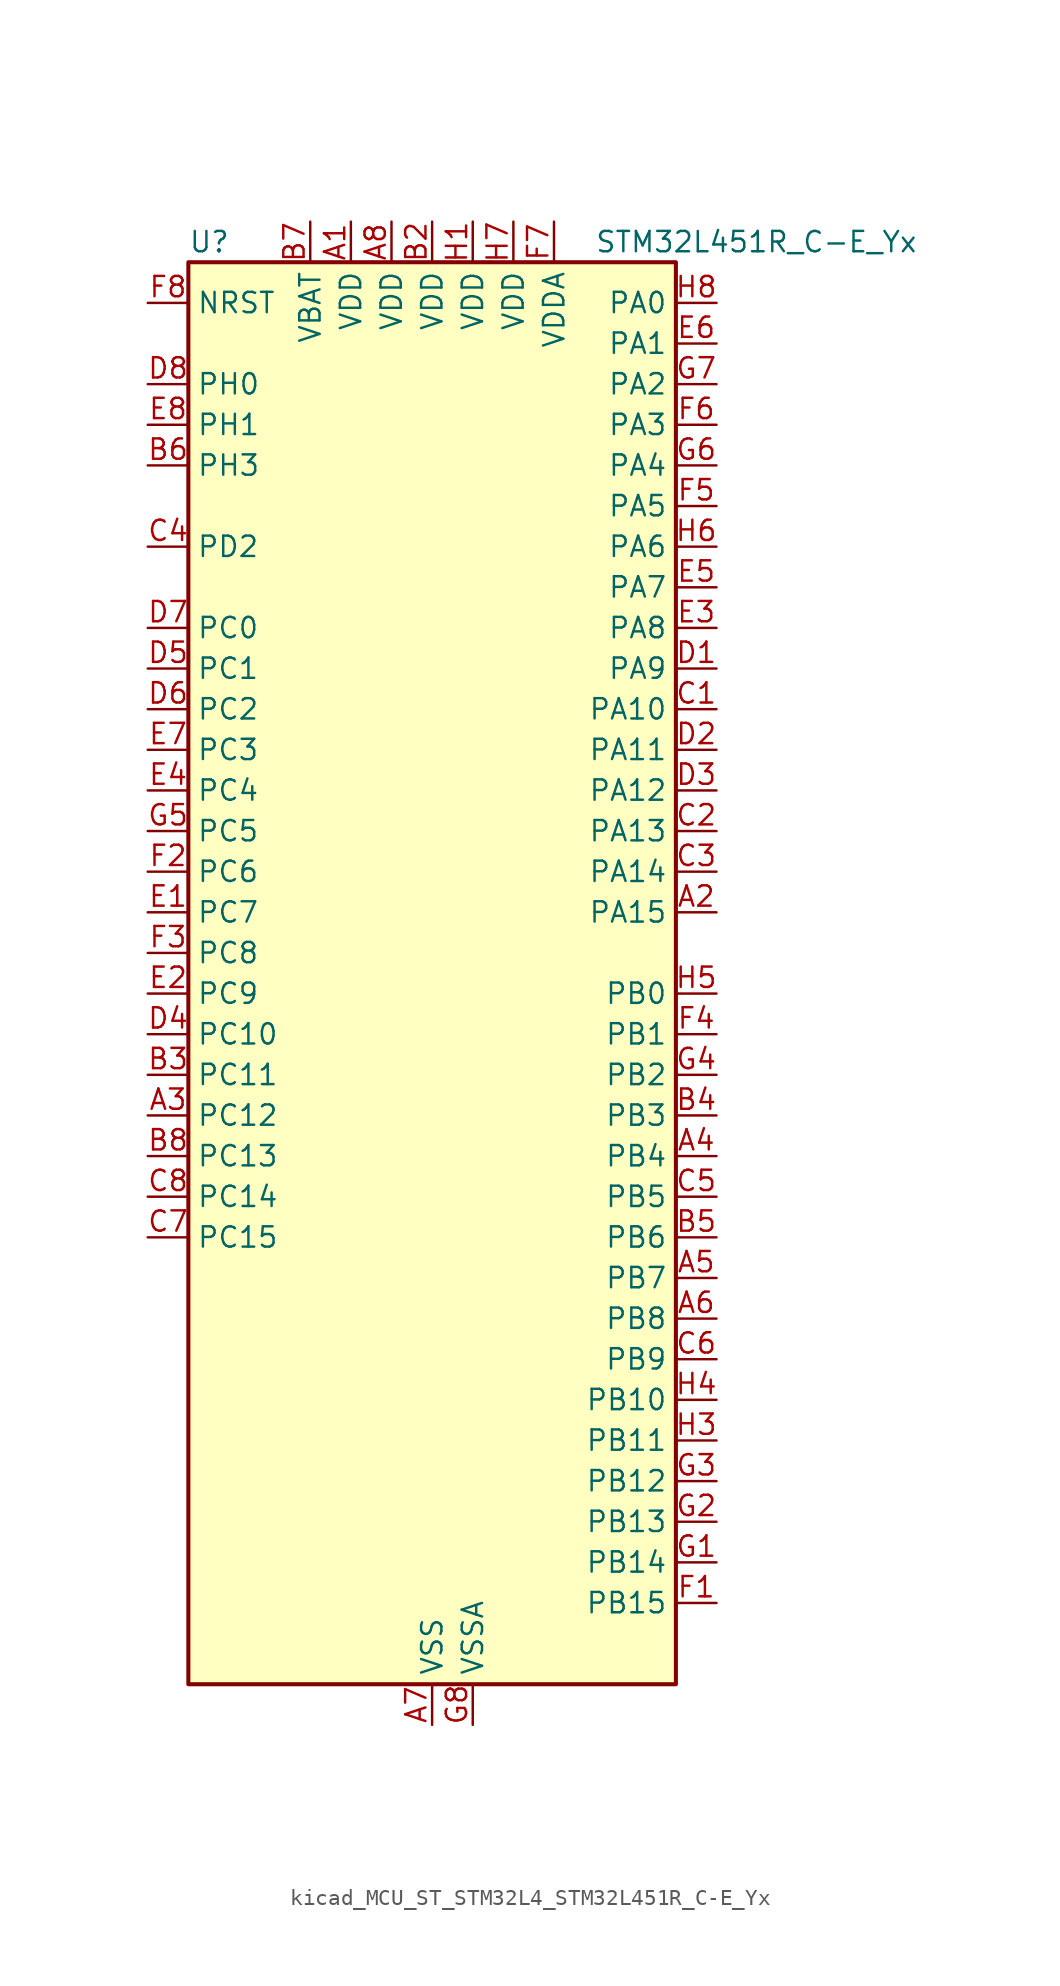
<source format=kicad_sym>
(kicad_symbol_lib
  (version 20220914)
  (generator kicad_symbol_editor)
  (symbol "kicad_MCU_ST_STM32L4_STM32L451R_C-E_Yx"
    (property "Reference" "U"
      (at -15.24 46.99 0)
      (effects (font (size 1.27 1.27)) (justify left)))
    (property "Value" "STM32L451R_C-E_Yx"
      (at 10.16 46.99 0)
      (effects (font (size 1.27 1.27)) (justify left)))
    (property "ki_locked" ""
      (at 0 0 0)
      (effects (font (size 1.27 1.27))))
    (symbol "kicad_MCU_ST_STM32L4_STM32L451R_C-E_Yx_0_1"
      (rectangle (start -15.24 -43.18) (end 15.24 45.72) (stroke (width 0.254) (type default)) (fill (type background))))
    (symbol "kicad_MCU_ST_STM32L4_STM32L451R_C-E_Yx_1_1"
      (pin power_in line (at -5.08 48.26 270) (length 2.54) (name "VDD" (effects (font (size 1.27 1.27)))) (number "A1" (effects (font (size 1.27 1.27)))))
      (pin bidirectional line (at 17.78 5.08 180) (length 2.54) (name "PA15" (effects (font (size 1.27 1.27)))) (number "A2" (effects (font (size 1.27 1.27)))) (alternate "ADC1_EXTI15" bidirectional line) (alternate "SPI1_NSS" bidirectional line) (alternate "SPI3_NSS" bidirectional line) (alternate "SYS_JTDI" bidirectional line) (alternate "TIM2_CH1" bidirectional line) (alternate "TIM2_ETR" bidirectional line) (alternate "TSC_G3_IO1" bidirectional line) (alternate "UART4_DE" bidirectional line) (alternate "UART4_RTS" bidirectional line) (alternate "USART2_RX" bidirectional line) (alternate "USART3_DE" bidirectional line) (alternate "USART3_RTS" bidirectional line))
      (pin bidirectional line (at -17.78 -7.62 0) (length 2.54) (name "PC12" (effects (font (size 1.27 1.27)))) (number "A3" (effects (font (size 1.27 1.27)))) (alternate "SDMMC1_CK" bidirectional line) (alternate "SPI3_MOSI" bidirectional line) (alternate "SYS_TRACED3" bidirectional line) (alternate "TSC_G3_IO4" bidirectional line) (alternate "USART3_CK" bidirectional line))
      (pin bidirectional line (at 17.78 -10.16 180) (length 2.54) (name "PB4" (effects (font (size 1.27 1.27)))) (number "A4" (effects (font (size 1.27 1.27)))) (alternate "COMP2_INP" bidirectional line) (alternate "I2C3_SDA" bidirectional line) (alternate "SAI1_MCLK_B" bidirectional line) (alternate "SPI1_MISO" bidirectional line) (alternate "SPI3_MISO" bidirectional line) (alternate "SYS_JTRST" bidirectional line) (alternate "TIM3_CH1" bidirectional line) (alternate "TSC_G2_IO1" bidirectional line) (alternate "USART1_CTS" bidirectional line))
      (pin bidirectional line (at 17.78 -17.78 180) (length 2.54) (name "PB7" (effects (font (size 1.27 1.27)))) (number "A5" (effects (font (size 1.27 1.27)))) (alternate "COMP2_INM" bidirectional line) (alternate "I2C1_SDA" bidirectional line) (alternate "I2C4_SDA" bidirectional line) (alternate "LPTIM1_IN2" bidirectional line) (alternate "SYS_PVD_IN" bidirectional line) (alternate "TSC_G2_IO4" bidirectional line) (alternate "UART4_CTS" bidirectional line) (alternate "USART1_RX" bidirectional line))
      (pin bidirectional line (at 17.78 -20.32 180) (length 2.54) (name "PB8" (effects (font (size 1.27 1.27)))) (number "A6" (effects (font (size 1.27 1.27)))) (alternate "CAN1_RX" bidirectional line) (alternate "I2C1_SCL" bidirectional line) (alternate "SAI1_MCLK_A" bidirectional line) (alternate "SDMMC1_D4" bidirectional line) (alternate "TIM16_CH1" bidirectional line))
      (pin power_in line (at 0 -45.72 90) (length 2.54) (name "VSS" (effects (font (size 1.27 1.27)))) (number "A7" (effects (font (size 1.27 1.27)))))
      (pin power_in line (at -2.54 48.26 270) (length 2.54) (name "VDD" (effects (font (size 1.27 1.27)))) (number "A8" (effects (font (size 1.27 1.27)))))
      (pin passive line (at 0 -45.72 90) (length 2.54) hide (name "VSS" (effects (font (size 1.27 1.27)))) (number "B1" (effects (font (size 1.27 1.27)))))
      (pin power_in line (at 0 48.26 270) (length 2.54) (name "VDD" (effects (font (size 1.27 1.27)))) (number "B2" (effects (font (size 1.27 1.27)))))
      (pin bidirectional line (at -17.78 -5.08 0) (length 2.54) (name "PC11" (effects (font (size 1.27 1.27)))) (number "B3" (effects (font (size 1.27 1.27)))) (alternate "ADC1_EXTI11" bidirectional line) (alternate "SDMMC1_D3" bidirectional line) (alternate "SPI3_MISO" bidirectional line) (alternate "TSC_G3_IO3" bidirectional line) (alternate "UART4_RX" bidirectional line) (alternate "USART3_RX" bidirectional line))
      (pin bidirectional line (at 17.78 -7.62 180) (length 2.54) (name "PB3" (effects (font (size 1.27 1.27)))) (number "B4" (effects (font (size 1.27 1.27)))) (alternate "COMP2_INM" bidirectional line) (alternate "SAI1_SCK_B" bidirectional line) (alternate "SPI1_SCK" bidirectional line) (alternate "SPI3_SCK" bidirectional line) (alternate "SYS_JTDO-SWO" bidirectional line) (alternate "TIM2_CH2" bidirectional line) (alternate "USART1_DE" bidirectional line) (alternate "USART1_RTS" bidirectional line))
      (pin bidirectional line (at 17.78 -15.24 180) (length 2.54) (name "PB6" (effects (font (size 1.27 1.27)))) (number "B5" (effects (font (size 1.27 1.27)))) (alternate "CAN1_TX" bidirectional line) (alternate "COMP2_INP" bidirectional line) (alternate "I2C1_SCL" bidirectional line) (alternate "I2C4_SCL" bidirectional line) (alternate "LPTIM1_ETR" bidirectional line) (alternate "SAI1_FS_B" bidirectional line) (alternate "TIM16_CH1N" bidirectional line) (alternate "TSC_G2_IO3" bidirectional line) (alternate "USART1_TX" bidirectional line))
      (pin bidirectional line (at -17.78 33.02 0) (length 2.54) (name "PH3" (effects (font (size 1.27 1.27)))) (number "B6" (effects (font (size 1.27 1.27)))))
      (pin power_in line (at -7.62 48.26 270) (length 2.54) (name "VBAT" (effects (font (size 1.27 1.27)))) (number "B7" (effects (font (size 1.27 1.27)))))
      (pin bidirectional line (at -17.78 -10.16 0) (length 2.54) (name "PC13" (effects (font (size 1.27 1.27)))) (number "B8" (effects (font (size 1.27 1.27)))) (alternate "RTC_OUT_ALARM" bidirectional line) (alternate "RTC_OUT_CALIB" bidirectional line) (alternate "RTC_TAMP1" bidirectional line) (alternate "RTC_TS" bidirectional line) (alternate "SYS_WKUP2" bidirectional line))
      (pin bidirectional line (at 17.78 17.78 180) (length 2.54) (name "PA10" (effects (font (size 1.27 1.27)))) (number "C1" (effects (font (size 1.27 1.27)))) (alternate "I2C1_SDA" bidirectional line) (alternate "SAI1_SD_A" bidirectional line) (alternate "TIM1_CH3" bidirectional line) (alternate "USART1_RX" bidirectional line))
      (pin bidirectional line (at 17.78 10.16 180) (length 2.54) (name "PA13" (effects (font (size 1.27 1.27)))) (number "C2" (effects (font (size 1.27 1.27)))) (alternate "IR_OUT" bidirectional line) (alternate "SAI1_SD_B" bidirectional line) (alternate "SYS_JTMS-SWDIO" bidirectional line))
      (pin bidirectional line (at 17.78 7.62 180) (length 2.54) (name "PA14" (effects (font (size 1.27 1.27)))) (number "C3" (effects (font (size 1.27 1.27)))) (alternate "I2C1_SMBA" bidirectional line) (alternate "I2C4_SMBA" bidirectional line) (alternate "LPTIM1_OUT" bidirectional line) (alternate "SAI1_FS_B" bidirectional line) (alternate "SYS_JTCK-SWCLK" bidirectional line))
      (pin bidirectional line (at -17.78 27.94 0) (length 2.54) (name "PD2" (effects (font (size 1.27 1.27)))) (number "C4" (effects (font (size 1.27 1.27)))) (alternate "SDMMC1_CMD" bidirectional line) (alternate "SYS_TRACED2" bidirectional line) (alternate "TIM3_ETR" bidirectional line) (alternate "TSC_SYNC" bidirectional line) (alternate "USART3_DE" bidirectional line) (alternate "USART3_RTS" bidirectional line))
      (pin bidirectional line (at 17.78 -12.7 180) (length 2.54) (name "PB5" (effects (font (size 1.27 1.27)))) (number "C5" (effects (font (size 1.27 1.27)))) (alternate "CAN1_RX" bidirectional line) (alternate "COMP2_OUT" bidirectional line) (alternate "I2C1_SMBA" bidirectional line) (alternate "LPTIM1_IN1" bidirectional line) (alternate "SAI1_SD_B" bidirectional line) (alternate "SPI1_MOSI" bidirectional line) (alternate "SPI3_MOSI" bidirectional line) (alternate "TIM16_BKIN" bidirectional line) (alternate "TIM3_CH2" bidirectional line) (alternate "TSC_G2_IO2" bidirectional line) (alternate "USART1_CK" bidirectional line))
      (pin bidirectional line (at 17.78 -22.86 180) (length 2.54) (name "PB9" (effects (font (size 1.27 1.27)))) (number "C6" (effects (font (size 1.27 1.27)))) (alternate "CAN1_TX" bidirectional line) (alternate "DAC1_EXTI9" bidirectional line) (alternate "I2C1_SDA" bidirectional line) (alternate "IR_OUT" bidirectional line) (alternate "SAI1_FS_A" bidirectional line) (alternate "SDMMC1_D5" bidirectional line) (alternate "SPI2_NSS" bidirectional line))
      (pin bidirectional line (at -17.78 -15.24 0) (length 2.54) (name "PC15" (effects (font (size 1.27 1.27)))) (number "C7" (effects (font (size 1.27 1.27)))) (alternate "ADC1_EXTI15" bidirectional line) (alternate "RCC_OSC32_OUT" bidirectional line))
      (pin bidirectional line (at -17.78 -12.7 0) (length 2.54) (name "PC14" (effects (font (size 1.27 1.27)))) (number "C8" (effects (font (size 1.27 1.27)))) (alternate "RCC_OSC32_IN" bidirectional line))
      (pin bidirectional line (at 17.78 20.32 180) (length 2.54) (name "PA9" (effects (font (size 1.27 1.27)))) (number "D1" (effects (font (size 1.27 1.27)))) (alternate "DAC1_EXTI9" bidirectional line) (alternate "DFSDM1_DATIN1" bidirectional line) (alternate "I2C1_SCL" bidirectional line) (alternate "SAI1_FS_A" bidirectional line) (alternate "TIM15_BKIN" bidirectional line) (alternate "TIM1_CH2" bidirectional line) (alternate "USART1_TX" bidirectional line))
      (pin bidirectional line (at 17.78 15.24 180) (length 2.54) (name "PA11" (effects (font (size 1.27 1.27)))) (number "D2" (effects (font (size 1.27 1.27)))) (alternate "ADC1_EXTI11" bidirectional line) (alternate "CAN1_RX" bidirectional line) (alternate "COMP1_OUT" bidirectional line) (alternate "SPI1_MISO" bidirectional line) (alternate "TIM1_BKIN2" bidirectional line) (alternate "TIM1_BKIN2_COMP1" bidirectional line) (alternate "TIM1_CH4" bidirectional line) (alternate "USART1_CTS" bidirectional line))
      (pin bidirectional line (at 17.78 12.7 180) (length 2.54) (name "PA12" (effects (font (size 1.27 1.27)))) (number "D3" (effects (font (size 1.27 1.27)))) (alternate "CAN1_TX" bidirectional line) (alternate "SPI1_MOSI" bidirectional line) (alternate "TIM1_ETR" bidirectional line) (alternate "USART1_DE" bidirectional line) (alternate "USART1_RTS" bidirectional line))
      (pin bidirectional line (at -17.78 -2.54 0) (length 2.54) (name "PC10" (effects (font (size 1.27 1.27)))) (number "D4" (effects (font (size 1.27 1.27)))) (alternate "SDMMC1_D2" bidirectional line) (alternate "SPI3_SCK" bidirectional line) (alternate "SYS_TRACED1" bidirectional line) (alternate "TSC_G3_IO2" bidirectional line) (alternate "UART4_TX" bidirectional line) (alternate "USART3_TX" bidirectional line))
      (pin bidirectional line (at -17.78 20.32 0) (length 2.54) (name "PC1" (effects (font (size 1.27 1.27)))) (number "D5" (effects (font (size 1.27 1.27)))) (alternate "ADC1_IN2" bidirectional line) (alternate "I2C3_SDA" bidirectional line) (alternate "I2C4_SDA" bidirectional line) (alternate "LPTIM1_OUT" bidirectional line) (alternate "LPUART1_TX" bidirectional line) (alternate "SYS_TRACED0" bidirectional line))
      (pin bidirectional line (at -17.78 17.78 0) (length 2.54) (name "PC2" (effects (font (size 1.27 1.27)))) (number "D6" (effects (font (size 1.27 1.27)))) (alternate "ADC1_IN3" bidirectional line) (alternate "DFSDM1_CKOUT" bidirectional line) (alternate "LPTIM1_IN2" bidirectional line) (alternate "SPI2_MISO" bidirectional line))
      (pin bidirectional line (at -17.78 22.86 0) (length 2.54) (name "PC0" (effects (font (size 1.27 1.27)))) (number "D7" (effects (font (size 1.27 1.27)))) (alternate "ADC1_IN1" bidirectional line) (alternate "I2C3_SCL" bidirectional line) (alternate "I2C4_SCL" bidirectional line) (alternate "LPTIM1_IN1" bidirectional line) (alternate "LPTIM2_IN1" bidirectional line) (alternate "LPUART1_RX" bidirectional line))
      (pin bidirectional line (at -17.78 38.1 0) (length 2.54) (name "PH0" (effects (font (size 1.27 1.27)))) (number "D8" (effects (font (size 1.27 1.27)))) (alternate "RCC_OSC_IN" bidirectional line))
      (pin bidirectional line (at -17.78 5.08 0) (length 2.54) (name "PC7" (effects (font (size 1.27 1.27)))) (number "E1" (effects (font (size 1.27 1.27)))) (alternate "DFSDM1_DATIN3" bidirectional line) (alternate "SDMMC1_D7" bidirectional line) (alternate "TIM3_CH2" bidirectional line) (alternate "TSC_G4_IO2" bidirectional line))
      (pin bidirectional line (at -17.78 0 0) (length 2.54) (name "PC9" (effects (font (size 1.27 1.27)))) (number "E2" (effects (font (size 1.27 1.27)))) (alternate "DAC1_EXTI9" bidirectional line) (alternate "SDMMC1_D1" bidirectional line) (alternate "TIM3_CH4" bidirectional line) (alternate "TSC_G4_IO4" bidirectional line))
      (pin bidirectional line (at 17.78 22.86 180) (length 2.54) (name "PA8" (effects (font (size 1.27 1.27)))) (number "E3" (effects (font (size 1.27 1.27)))) (alternate "DFSDM1_CKIN1" bidirectional line) (alternate "LPTIM2_OUT" bidirectional line) (alternate "RCC_MCO" bidirectional line) (alternate "SAI1_SCK_A" bidirectional line) (alternate "TIM1_CH1" bidirectional line) (alternate "USART1_CK" bidirectional line))
      (pin bidirectional line (at -17.78 12.7 0) (length 2.54) (name "PC4" (effects (font (size 1.27 1.27)))) (number "E4" (effects (font (size 1.27 1.27)))) (alternate "ADC1_IN13" bidirectional line) (alternate "COMP1_INM" bidirectional line) (alternate "USART3_TX" bidirectional line))
      (pin bidirectional line (at 17.78 25.4 180) (length 2.54) (name "PA7" (effects (font (size 1.27 1.27)))) (number "E5" (effects (font (size 1.27 1.27)))) (alternate "ADC1_IN12" bidirectional line) (alternate "COMP2_OUT" bidirectional line) (alternate "DFSDM1_DATIN0" bidirectional line) (alternate "I2C3_SCL" bidirectional line) (alternate "QUADSPI_BK1_IO2" bidirectional line) (alternate "SPI1_MOSI" bidirectional line) (alternate "TIM1_CH1N" bidirectional line) (alternate "TIM3_CH2" bidirectional line))
      (pin bidirectional line (at 17.78 40.64 180) (length 2.54) (name "PA1" (effects (font (size 1.27 1.27)))) (number "E6" (effects (font (size 1.27 1.27)))) (alternate "ADC1_IN6" bidirectional line) (alternate "COMP1_INP" bidirectional line) (alternate "I2C1_SMBA" bidirectional line) (alternate "OPAMP1_VINM" bidirectional line) (alternate "SPI1_SCK" bidirectional line) (alternate "TIM15_CH1N" bidirectional line) (alternate "TIM2_CH2" bidirectional line) (alternate "UART4_RX" bidirectional line) (alternate "USART2_DE" bidirectional line) (alternate "USART2_RTS" bidirectional line))
      (pin bidirectional line (at -17.78 15.24 0) (length 2.54) (name "PC3" (effects (font (size 1.27 1.27)))) (number "E7" (effects (font (size 1.27 1.27)))) (alternate "ADC1_IN4" bidirectional line) (alternate "LPTIM1_ETR" bidirectional line) (alternate "LPTIM2_ETR" bidirectional line) (alternate "SAI1_SD_A" bidirectional line) (alternate "SPI2_MOSI" bidirectional line))
      (pin bidirectional line (at -17.78 35.56 0) (length 2.54) (name "PH1" (effects (font (size 1.27 1.27)))) (number "E8" (effects (font (size 1.27 1.27)))) (alternate "RCC_OSC_OUT" bidirectional line))
      (pin bidirectional line (at 17.78 -38.1 180) (length 2.54) (name "PB15" (effects (font (size 1.27 1.27)))) (number "F1" (effects (font (size 1.27 1.27)))) (alternate "ADC1_EXTI15" bidirectional line) (alternate "DFSDM1_CKIN2" bidirectional line) (alternate "RTC_REFIN" bidirectional line) (alternate "SAI1_SD_A" bidirectional line) (alternate "SPI2_MOSI" bidirectional line) (alternate "TIM15_CH2" bidirectional line) (alternate "TIM1_CH3N" bidirectional line) (alternate "TSC_G1_IO4" bidirectional line))
      (pin bidirectional line (at -17.78 7.62 0) (length 2.54) (name "PC6" (effects (font (size 1.27 1.27)))) (number "F2" (effects (font (size 1.27 1.27)))) (alternate "DFSDM1_CKIN3" bidirectional line) (alternate "SDMMC1_D6" bidirectional line) (alternate "TIM3_CH1" bidirectional line) (alternate "TSC_G4_IO1" bidirectional line))
      (pin bidirectional line (at -17.78 2.54 0) (length 2.54) (name "PC8" (effects (font (size 1.27 1.27)))) (number "F3" (effects (font (size 1.27 1.27)))) (alternate "SDMMC1_D0" bidirectional line) (alternate "TIM3_CH3" bidirectional line) (alternate "TSC_G4_IO3" bidirectional line))
      (pin bidirectional line (at 17.78 -2.54 180) (length 2.54) (name "PB1" (effects (font (size 1.27 1.27)))) (number "F4" (effects (font (size 1.27 1.27)))) (alternate "ADC1_IN16" bidirectional line) (alternate "COMP1_INM" bidirectional line) (alternate "DFSDM1_DATIN0" bidirectional line) (alternate "LPTIM2_IN1" bidirectional line) (alternate "LPUART1_DE" bidirectional line) (alternate "LPUART1_RTS" bidirectional line) (alternate "QUADSPI_BK1_IO0" bidirectional line) (alternate "TIM1_CH3N" bidirectional line) (alternate "TIM3_CH4" bidirectional line) (alternate "USART3_DE" bidirectional line) (alternate "USART3_RTS" bidirectional line))
      (pin bidirectional line (at 17.78 30.48 180) (length 2.54) (name "PA5" (effects (font (size 1.27 1.27)))) (number "F5" (effects (font (size 1.27 1.27)))) (alternate "ADC1_IN10" bidirectional line) (alternate "COMP1_INM" bidirectional line) (alternate "COMP2_INM" bidirectional line) (alternate "DFSDM1_CKOUT" bidirectional line) (alternate "LPTIM2_ETR" bidirectional line) (alternate "SPI1_SCK" bidirectional line) (alternate "TIM2_CH1" bidirectional line) (alternate "TIM2_ETR" bidirectional line))
      (pin bidirectional line (at 17.78 35.56 180) (length 2.54) (name "PA3" (effects (font (size 1.27 1.27)))) (number "F6" (effects (font (size 1.27 1.27)))) (alternate "ADC1_IN8" bidirectional line) (alternate "COMP2_INP" bidirectional line) (alternate "LPUART1_RX" bidirectional line) (alternate "OPAMP1_VOUT" bidirectional line) (alternate "QUADSPI_CLK" bidirectional line) (alternate "SAI1_MCLK_A" bidirectional line) (alternate "TIM15_CH2" bidirectional line) (alternate "TIM2_CH4" bidirectional line) (alternate "USART2_RX" bidirectional line))
      (pin power_in line (at 7.62 48.26 270) (length 2.54) (name "VDDA" (effects (font (size 1.27 1.27)))) (number "F7" (effects (font (size 1.27 1.27)))))
      (pin input line (at -17.78 43.18 0) (length 2.54) (name "NRST" (effects (font (size 1.27 1.27)))) (number "F8" (effects (font (size 1.27 1.27)))))
      (pin bidirectional line (at 17.78 -35.56 180) (length 2.54) (name "PB14" (effects (font (size 1.27 1.27)))) (number "G1" (effects (font (size 1.27 1.27)))) (alternate "DFSDM1_DATIN2" bidirectional line) (alternate "I2C2_SDA" bidirectional line) (alternate "SAI1_MCLK_A" bidirectional line) (alternate "SPI2_MISO" bidirectional line) (alternate "TIM15_CH1" bidirectional line) (alternate "TIM1_CH2N" bidirectional line) (alternate "TSC_G1_IO3" bidirectional line) (alternate "USART3_DE" bidirectional line) (alternate "USART3_RTS" bidirectional line))
      (pin bidirectional line (at 17.78 -33.02 180) (length 2.54) (name "PB13" (effects (font (size 1.27 1.27)))) (number "G2" (effects (font (size 1.27 1.27)))) (alternate "CAN1_TX" bidirectional line) (alternate "DFSDM1_CKIN1" bidirectional line) (alternate "I2C2_SCL" bidirectional line) (alternate "LPUART1_CTS" bidirectional line) (alternate "SAI1_SCK_A" bidirectional line) (alternate "SPI2_SCK" bidirectional line) (alternate "TIM15_CH1N" bidirectional line) (alternate "TIM1_CH1N" bidirectional line) (alternate "TSC_G1_IO2" bidirectional line) (alternate "USART3_CTS" bidirectional line))
      (pin bidirectional line (at 17.78 -30.48 180) (length 2.54) (name "PB12" (effects (font (size 1.27 1.27)))) (number "G3" (effects (font (size 1.27 1.27)))) (alternate "CAN1_RX" bidirectional line) (alternate "DFSDM1_DATIN1" bidirectional line) (alternate "I2C2_SMBA" bidirectional line) (alternate "LPUART1_DE" bidirectional line) (alternate "LPUART1_RTS" bidirectional line) (alternate "SAI1_FS_A" bidirectional line) (alternate "SPI2_NSS" bidirectional line) (alternate "TIM15_BKIN" bidirectional line) (alternate "TIM1_BKIN" bidirectional line) (alternate "TIM1_BKIN_COMP2" bidirectional line) (alternate "TSC_G1_IO1" bidirectional line) (alternate "USART3_CK" bidirectional line))
      (pin bidirectional line (at 17.78 -5.08 180) (length 2.54) (name "PB2" (effects (font (size 1.27 1.27)))) (number "G4" (effects (font (size 1.27 1.27)))) (alternate "COMP1_INP" bidirectional line) (alternate "DFSDM1_CKIN0" bidirectional line) (alternate "I2C3_SMBA" bidirectional line) (alternate "LPTIM1_OUT" bidirectional line) (alternate "RTC_OUT_ALARM" bidirectional line) (alternate "RTC_OUT_CALIB" bidirectional line))
      (pin bidirectional line (at -17.78 10.16 0) (length 2.54) (name "PC5" (effects (font (size 1.27 1.27)))) (number "G5" (effects (font (size 1.27 1.27)))) (alternate "ADC1_IN14" bidirectional line) (alternate "COMP1_INP" bidirectional line) (alternate "SYS_WKUP5" bidirectional line) (alternate "USART3_RX" bidirectional line))
      (pin bidirectional line (at 17.78 33.02 180) (length 2.54) (name "PA4" (effects (font (size 1.27 1.27)))) (number "G6" (effects (font (size 1.27 1.27)))) (alternate "ADC1_IN9" bidirectional line) (alternate "COMP1_INM" bidirectional line) (alternate "COMP2_INM" bidirectional line) (alternate "DAC1_OUT1" bidirectional line) (alternate "LPTIM2_OUT" bidirectional line) (alternate "SAI1_FS_B" bidirectional line) (alternate "SPI1_NSS" bidirectional line) (alternate "SPI3_NSS" bidirectional line) (alternate "USART2_CK" bidirectional line))
      (pin bidirectional line (at 17.78 38.1 180) (length 2.54) (name "PA2" (effects (font (size 1.27 1.27)))) (number "G7" (effects (font (size 1.27 1.27)))) (alternate "ADC1_IN7" bidirectional line) (alternate "COMP2_INM" bidirectional line) (alternate "COMP2_OUT" bidirectional line) (alternate "LPUART1_TX" bidirectional line) (alternate "QUADSPI_BK1_NCS" bidirectional line) (alternate "RCC_LSCO" bidirectional line) (alternate "SYS_WKUP4" bidirectional line) (alternate "TIM15_CH1" bidirectional line) (alternate "TIM2_CH3" bidirectional line) (alternate "USART2_TX" bidirectional line))
      (pin power_in line (at 2.54 -45.72 90) (length 2.54) (name "VSSA" (effects (font (size 1.27 1.27)))) (number "G8" (effects (font (size 1.27 1.27)))))
      (pin power_in line (at 2.54 48.26 270) (length 2.54) (name "VDD" (effects (font (size 1.27 1.27)))) (number "H1" (effects (font (size 1.27 1.27)))))
      (pin passive line (at 0 -45.72 90) (length 2.54) hide (name "VSS" (effects (font (size 1.27 1.27)))) (number "H2" (effects (font (size 1.27 1.27)))))
      (pin bidirectional line (at 17.78 -27.94 180) (length 2.54) (name "PB11" (effects (font (size 1.27 1.27)))) (number "H3" (effects (font (size 1.27 1.27)))) (alternate "ADC1_EXTI11" bidirectional line) (alternate "COMP2_OUT" bidirectional line) (alternate "I2C2_SDA" bidirectional line) (alternate "I2C4_SDA" bidirectional line) (alternate "LPUART1_TX" bidirectional line) (alternate "QUADSPI_BK1_NCS" bidirectional line) (alternate "TIM2_CH4" bidirectional line) (alternate "USART3_RX" bidirectional line))
      (pin bidirectional line (at 17.78 -25.4 180) (length 2.54) (name "PB10" (effects (font (size 1.27 1.27)))) (number "H4" (effects (font (size 1.27 1.27)))) (alternate "COMP1_OUT" bidirectional line) (alternate "I2C2_SCL" bidirectional line) (alternate "I2C4_SCL" bidirectional line) (alternate "LPUART1_RX" bidirectional line) (alternate "QUADSPI_CLK" bidirectional line) (alternate "SAI1_SCK_A" bidirectional line) (alternate "SPI2_SCK" bidirectional line) (alternate "TIM2_CH3" bidirectional line) (alternate "TSC_SYNC" bidirectional line) (alternate "USART3_TX" bidirectional line))
      (pin bidirectional line (at 17.78 0 180) (length 2.54) (name "PB0" (effects (font (size 1.27 1.27)))) (number "H5" (effects (font (size 1.27 1.27)))) (alternate "ADC1_IN15" bidirectional line) (alternate "COMP1_OUT" bidirectional line) (alternate "DFSDM1_CKIN0" bidirectional line) (alternate "QUADSPI_BK1_IO1" bidirectional line) (alternate "SAI1_EXTCLK" bidirectional line) (alternate "SPI1_NSS" bidirectional line) (alternate "TIM1_CH2N" bidirectional line) (alternate "TIM3_CH3" bidirectional line) (alternate "USART3_CK" bidirectional line))
      (pin bidirectional line (at 17.78 27.94 180) (length 2.54) (name "PA6" (effects (font (size 1.27 1.27)))) (number "H6" (effects (font (size 1.27 1.27)))) (alternate "ADC1_IN11" bidirectional line) (alternate "COMP1_OUT" bidirectional line) (alternate "LPUART1_CTS" bidirectional line) (alternate "QUADSPI_BK1_IO3" bidirectional line) (alternate "SPI1_MISO" bidirectional line) (alternate "TIM16_CH1" bidirectional line) (alternate "TIM1_BKIN" bidirectional line) (alternate "TIM1_BKIN_COMP2" bidirectional line) (alternate "TIM3_CH1" bidirectional line) (alternate "USART3_CTS" bidirectional line))
      (pin power_in line (at 5.08 48.26 270) (length 2.54) (name "VDD" (effects (font (size 1.27 1.27)))) (number "H7" (effects (font (size 1.27 1.27)))))
      (pin bidirectional line (at 17.78 43.18 180) (length 2.54) (name "PA0" (effects (font (size 1.27 1.27)))) (number "H8" (effects (font (size 1.27 1.27)))) (alternate "ADC1_IN5" bidirectional line) (alternate "COMP1_INM" bidirectional line) (alternate "COMP1_OUT" bidirectional line) (alternate "OPAMP1_VINP" bidirectional line) (alternate "RTC_TAMP2" bidirectional line) (alternate "SAI1_EXTCLK" bidirectional line) (alternate "SYS_WKUP1" bidirectional line) (alternate "TIM2_CH1" bidirectional line) (alternate "TIM2_ETR" bidirectional line) (alternate "UART4_TX" bidirectional line) (alternate "USART2_CTS" bidirectional line)))))
</source>
